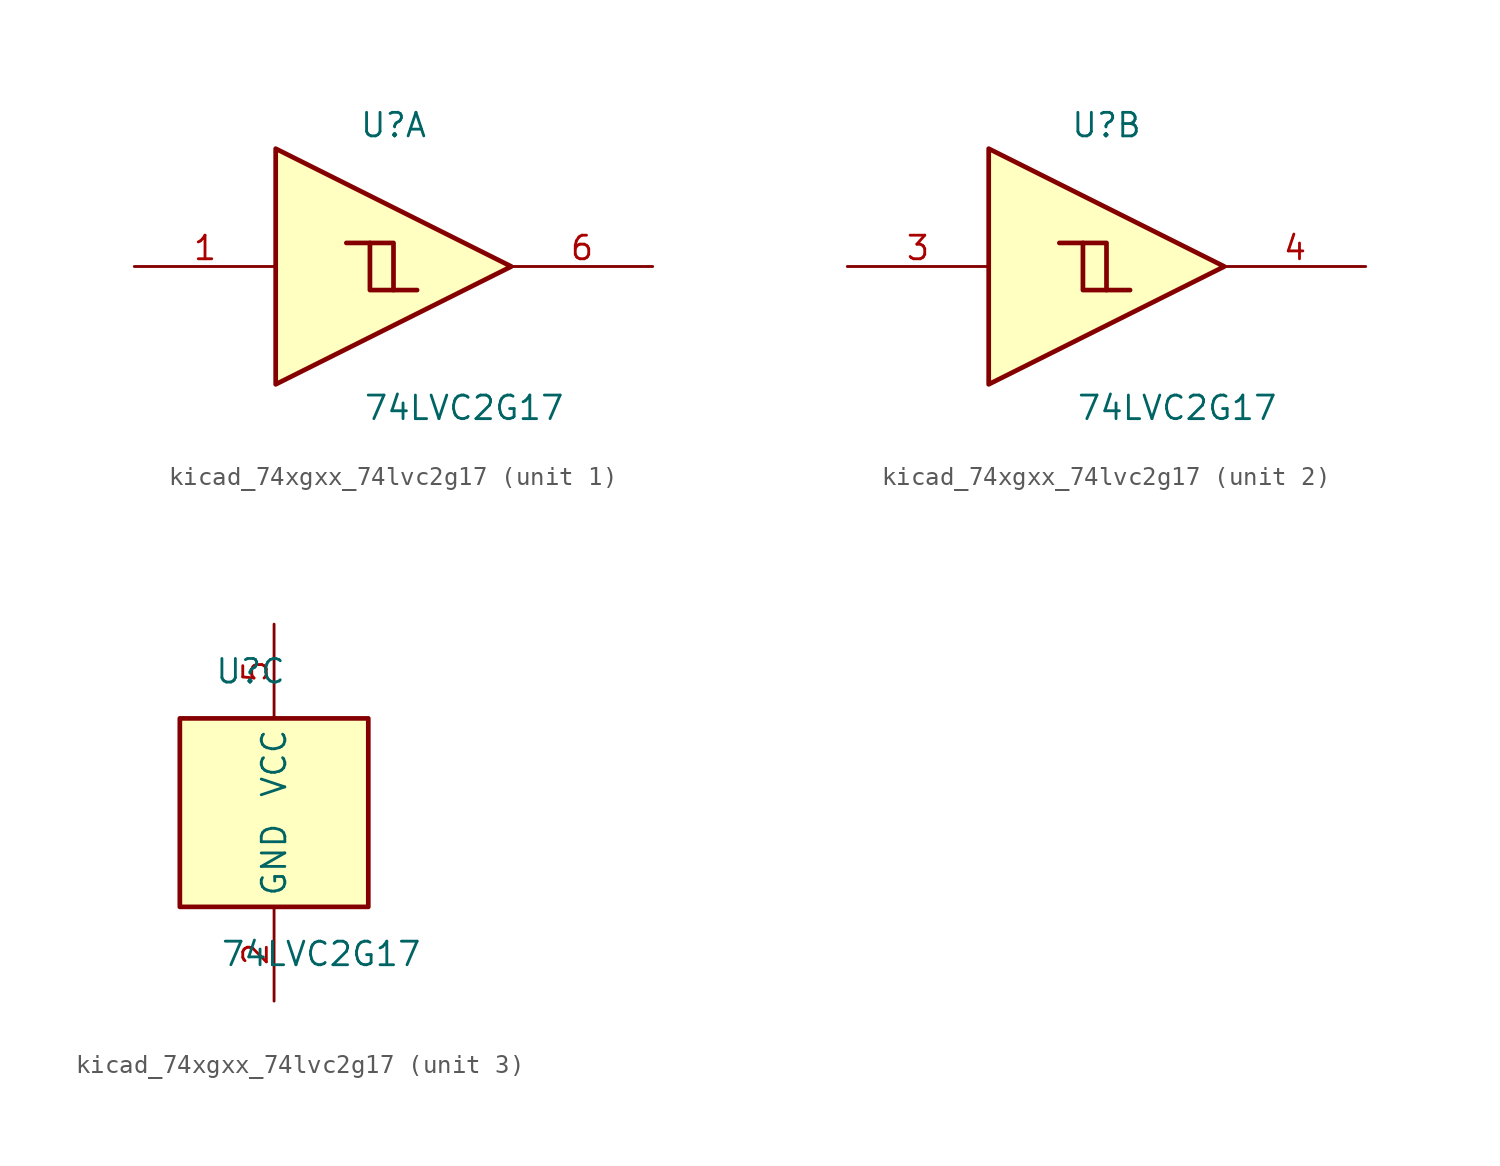
<source format=kicad_sym>
(kicad_symbol_lib
  (version 20220914)
  (generator kicad_symbol_editor)
  (symbol "kicad_74xgxx_74lvc2g17"
    (property "Reference" "U"
      (at -1.27 7.62 0)
      (effects (font (size 1.27 1.27))))
    (property "Value" "74LVC2G17"
      (at 2.54 -7.62 0)
      (effects (font (size 1.27 1.27))))
    (symbol "kicad_74xgxx_74lvc2g17_1_1"
      (polyline (pts (xy -2.54 1.27) (xy -1.27 1.27) (xy -1.27 -1.27)) (stroke (width 0.254) (type default)) (fill (type background)))
      (polyline (pts (xy -7.62 6.35) (xy -7.62 -6.35) (xy 5.08 0) (xy -7.62 6.35)) (stroke (width 0.254) (type default)) (fill (type background)))
      (polyline (pts (xy -3.81 1.27) (xy -2.54 1.27) (xy -2.54 -1.27) (xy 0 -1.27)) (stroke (width 0.254) (type default)) (fill (type background)))
      (pin input line (at -15.24 0 0) (length 7.62) (name "~" (effects (font (size 1.27 1.27)))) (number "1" (effects (font (size 1.27 1.27)))))
      (pin output line (at 12.7 0 180) (length 7.62) (name "~" (effects (font (size 1.27 1.27)))) (number "6" (effects (font (size 1.27 1.27))))))
    (symbol "kicad_74xgxx_74lvc2g17_2_1"
      (polyline (pts (xy -2.54 1.27) (xy -1.27 1.27) (xy -1.27 -1.27)) (stroke (width 0.254) (type default)) (fill (type background)))
      (polyline (pts (xy -7.62 6.35) (xy -7.62 -6.35) (xy 5.08 0) (xy -7.62 6.35)) (stroke (width 0.254) (type default)) (fill (type background)))
      (polyline (pts (xy -3.81 1.27) (xy -2.54 1.27) (xy -2.54 -1.27) (xy 0 -1.27)) (stroke (width 0.254) (type default)) (fill (type background)))
      (pin input line (at -15.24 0 0) (length 7.62) (name "~" (effects (font (size 1.27 1.27)))) (number "3" (effects (font (size 1.27 1.27)))))
      (pin output line (at 12.7 0 180) (length 7.62) (name "~" (effects (font (size 1.27 1.27)))) (number "4" (effects (font (size 1.27 1.27))))))
    (symbol "kicad_74xgxx_74lvc2g17_3_0"
      (rectangle (start -5.08 -5.08) (end 5.08 5.08) (stroke (width 0.254) (type default)) (fill (type background))))
    (symbol "kicad_74xgxx_74lvc2g17_3_1"
      (pin power_in line (at 0 -10.16 90) (length 5.08) (name "GND" (effects (font (size 1.27 1.27)))) (number "2" (effects (font (size 1.27 1.27)))))
      (pin power_in line (at 0 10.16 270) (length 5.08) (name "VCC" (effects (font (size 1.27 1.27)))) (number "5" (effects (font (size 1.27 1.27))))))))
</source>
